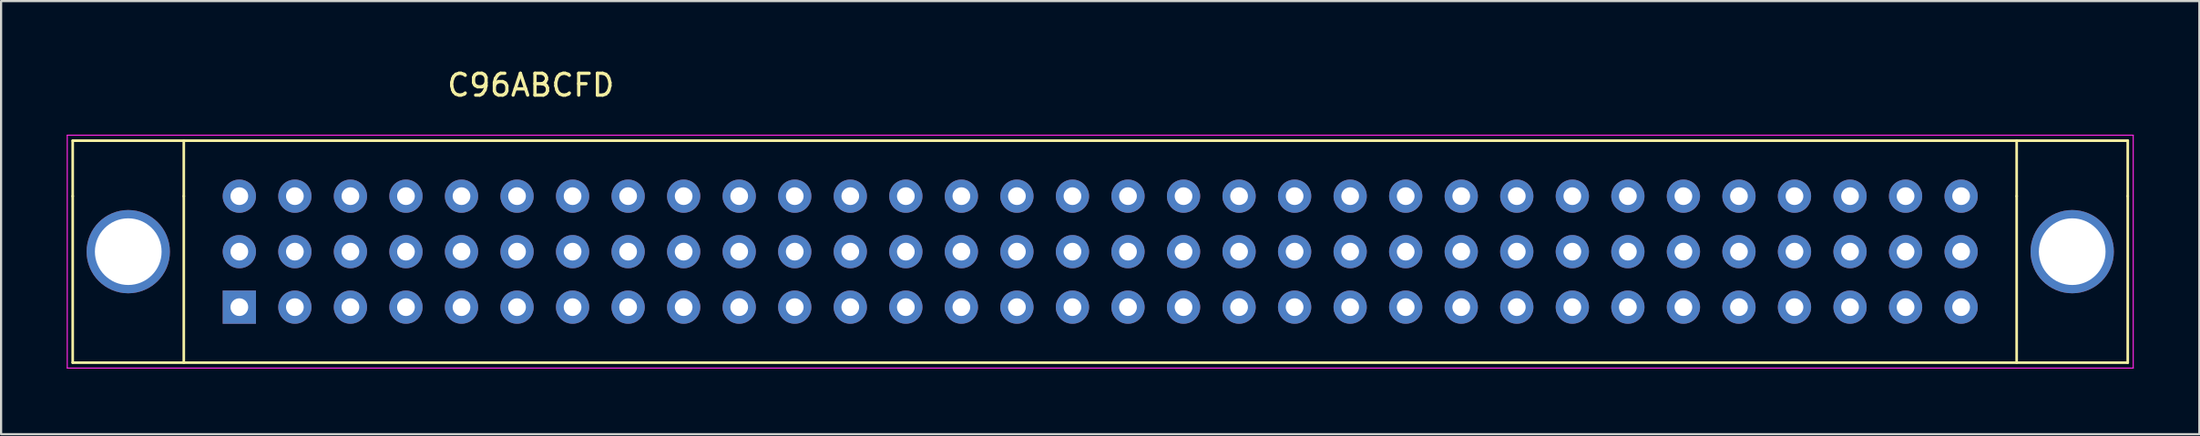
<source format=kicad_pcb>
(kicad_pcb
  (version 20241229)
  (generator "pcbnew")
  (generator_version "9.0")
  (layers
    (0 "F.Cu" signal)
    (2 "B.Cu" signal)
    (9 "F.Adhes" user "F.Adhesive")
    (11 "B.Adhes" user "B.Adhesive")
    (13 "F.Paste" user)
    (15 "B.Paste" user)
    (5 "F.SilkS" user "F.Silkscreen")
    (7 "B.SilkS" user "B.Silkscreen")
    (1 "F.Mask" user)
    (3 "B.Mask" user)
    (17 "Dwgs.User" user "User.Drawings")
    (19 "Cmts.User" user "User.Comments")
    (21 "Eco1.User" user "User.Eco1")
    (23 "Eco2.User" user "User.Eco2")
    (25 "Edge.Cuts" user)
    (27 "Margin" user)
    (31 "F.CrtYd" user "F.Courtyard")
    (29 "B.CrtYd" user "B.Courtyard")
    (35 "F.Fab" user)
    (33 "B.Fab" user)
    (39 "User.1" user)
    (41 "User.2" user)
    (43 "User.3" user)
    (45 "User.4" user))
  (footprint "C96ABCFD"
    (layer "F.Cu")
    (at 7.895 11.008)
    (property "Reference" "C96ABCFD" (at 13.33 -10.16 0) (layer "F.SilkS") (effects (font (size 1 1) (thickness 0.15))))
    (attr through_hole)
    (fp_line (start -7.62 -7.62) (end 86.36 -7.62) (stroke (width 0.12) (type solid)) (layer "F.SilkS"))
    (fp_line (start -7.62 -5.08) (end -7.62 -7.62) (stroke (width 0.12) (type solid)) (layer "F.SilkS"))
    (fp_line (start -7.62 -5.08) (end -7.62 2.54) (stroke (width 0.12) (type solid)) (layer "F.SilkS"))
    (fp_line (start -7.62 2.54) (end 86.36 2.54) (stroke (width 0.12) (type solid)) (layer "F.SilkS"))
    (fp_line (start -2.54 -5.08) (end -2.54 -7.62) (stroke (width 0.12) (type solid)) (layer "F.SilkS"))
    (fp_line (start -2.54 -5.08) (end -2.54 2.54) (stroke (width 0.12) (type solid)) (layer "F.SilkS"))
    (fp_line (start 81.28 -7.62) (end 81.28 -5.08) (stroke (width 0.12) (type solid)) (layer "F.SilkS"))
    (fp_line (start 81.28 -5.08) (end 81.28 2.54) (stroke (width 0.12) (type solid)) (layer "F.SilkS"))
    (fp_line (start 86.36 -7.62) (end 86.36 -5.08) (stroke (width 0.12) (type solid)) (layer "F.SilkS"))
    (fp_line (start 86.36 2.54) (end 86.36 -5.08) (stroke (width 0.12) (type solid)) (layer "F.SilkS"))
    (fp_line (start -7.87 -7.87) (end -7.87 2.79) (stroke (width 0.05) (type solid)) (layer "F.CrtYd"))
    (fp_line (start -7.87 -7.87) (end 86.61 -7.87) (stroke (width 0.05) (type solid)) (layer "F.CrtYd"))
    (fp_line (start 86.61 2.79) (end -7.87 2.79) (stroke (width 0.05) (type solid)) (layer "F.CrtYd"))
    (fp_line (start 86.61 2.79) (end 86.61 -7.87) (stroke (width 0.05) (type solid)) (layer "F.CrtYd"))
    (pad "65" thru_hole circle (at -5.08 -2.54) (size 3.81 3.81) (drill 3.05) (layers "*.Cu" "*.Mask"))
    (pad "66" thru_hole circle (at 83.82 -2.54) (size 3.81 3.81) (drill 3.05) (layers "*.Cu" "*.Mask"))
    (pad "A1" thru_hole rect (at 0 0) (size 1.52 1.52) (drill 0.81) (layers "*.Cu" "*.Mask"))
    (pad "A2" thru_hole circle (at 2.54 0) (size 1.52 1.52) (drill 0.81) (layers "*.Cu" "*.Mask"))
    (pad "A3" thru_hole circle (at 5.08 0) (size 1.52 1.52) (drill 0.81) (layers "*.Cu" "*.Mask"))
    (pad "A4" thru_hole circle (at 7.62 0) (size 1.52 1.52) (drill 0.81) (layers "*.Cu" "*.Mask"))
    (pad "A5" thru_hole circle (at 10.16 0) (size 1.52 1.52) (drill 0.81) (layers "*.Cu" "*.Mask"))
    (pad "A6" thru_hole circle (at 12.7 0) (size 1.52 1.52) (drill 0.81) (layers "*.Cu" "*.Mask"))
    (pad "A7" thru_hole circle (at 15.24 0) (size 1.52 1.52) (drill 0.81) (layers "*.Cu" "*.Mask"))
    (pad "A8" thru_hole circle (at 17.78 0) (size 1.52 1.52) (drill 0.81) (layers "*.Cu" "*.Mask"))
    (pad "A9" thru_hole circle (at 20.32 0) (size 1.52 1.52) (drill 0.81) (layers "*.Cu" "*.Mask"))
    (pad "A10" thru_hole circle (at 22.86 0) (size 1.52 1.52) (drill 0.81) (layers "*.Cu" "*.Mask"))
    (pad "A11" thru_hole circle (at 25.4 0) (size 1.52 1.52) (drill 0.81) (layers "*.Cu" "*.Mask"))
    (pad "A12" thru_hole circle (at 27.94 0) (size 1.52 1.52) (drill 0.81) (layers "*.Cu" "*.Mask"))
    (pad "A13" thru_hole circle (at 30.48 0) (size 1.52 1.52) (drill 0.81) (layers "*.Cu" "*.Mask"))
    (pad "A14" thru_hole circle (at 33.02 0) (size 1.52 1.52) (drill 0.81) (layers "*.Cu" "*.Mask"))
    (pad "A15" thru_hole circle (at 35.56 0) (size 1.52 1.52) (drill 0.81) (layers "*.Cu" "*.Mask"))
    (pad "A16" thru_hole circle (at 38.1 0) (size 1.52 1.52) (drill 0.81) (layers "*.Cu" "*.Mask"))
    (pad "A17" thru_hole circle (at 40.64 0) (size 1.52 1.52) (drill 0.81) (layers "*.Cu" "*.Mask"))
    (pad "A18" thru_hole circle (at 43.18 0) (size 1.52 1.52) (drill 0.81) (layers "*.Cu" "*.Mask"))
    (pad "A19" thru_hole circle (at 45.72 0) (size 1.52 1.52) (drill 0.81) (layers "*.Cu" "*.Mask"))
    (pad "A20" thru_hole circle (at 48.26 0) (size 1.52 1.52) (drill 0.81) (layers "*.Cu" "*.Mask"))
    (pad "A21" thru_hole circle (at 50.8 0) (size 1.52 1.52) (drill 0.81) (layers "*.Cu" "*.Mask"))
    (pad "A22" thru_hole circle (at 53.34 0) (size 1.52 1.52) (drill 0.81) (layers "*.Cu" "*.Mask"))
    (pad "A23" thru_hole circle (at 55.88 0) (size 1.52 1.52) (drill 0.81) (layers "*.Cu" "*.Mask"))
    (pad "A24" thru_hole circle (at 58.42 0) (size 1.52 1.52) (drill 0.81) (layers "*.Cu" "*.Mask"))
    (pad "A25" thru_hole circle (at 60.96 0) (size 1.52 1.52) (drill 0.81) (layers "*.Cu" "*.Mask"))
    (pad "A26" thru_hole circle (at 63.5 0) (size 1.52 1.52) (drill 0.81) (layers "*.Cu" "*.Mask"))
    (pad "A27" thru_hole circle (at 66.04 0) (size 1.52 1.52) (drill 0.81) (layers "*.Cu" "*.Mask"))
    (pad "A28" thru_hole circle (at 68.58 0) (size 1.52 1.52) (drill 0.81) (layers "*.Cu" "*.Mask"))
    (pad "A29" thru_hole circle (at 71.12 0) (size 1.52 1.52) (drill 0.81) (layers "*.Cu" "*.Mask"))
    (pad "A30" thru_hole circle (at 73.66 0) (size 1.52 1.52) (drill 0.81) (layers "*.Cu" "*.Mask"))
    (pad "A31" thru_hole circle (at 76.2 0) (size 1.52 1.52) (drill 0.81) (layers "*.Cu" "*.Mask"))
    (pad "A32" thru_hole circle (at 78.74 0) (size 1.52 1.52) (drill 0.81) (layers "*.Cu" "*.Mask"))
    (pad "B1" thru_hole circle (at 0 -2.54) (size 1.52 1.52) (drill 0.81) (layers "*.Cu" "*.Mask"))
    (pad "B2" thru_hole circle (at 2.54 -2.54) (size 1.52 1.52) (drill 0.81) (layers "*.Cu" "*.Mask"))
    (pad "B3" thru_hole circle (at 5.08 -2.54) (size 1.52 1.52) (drill 0.81) (layers "*.Cu" "*.Mask"))
    (pad "B4" thru_hole circle (at 7.62 -2.54) (size 1.52 1.52) (drill 0.81) (layers "*.Cu" "*.Mask"))
    (pad "B5" thru_hole circle (at 10.16 -2.54) (size 1.52 1.52) (drill 0.81) (layers "*.Cu" "*.Mask"))
    (pad "B6" thru_hole circle (at 12.7 -2.54) (size 1.52 1.52) (drill 0.81) (layers "*.Cu" "*.Mask"))
    (pad "B7" thru_hole circle (at 15.24 -2.54) (size 1.52 1.52) (drill 0.81) (layers "*.Cu" "*.Mask"))
    (pad "B8" thru_hole circle (at 17.78 -2.54) (size 1.52 1.52) (drill 0.81) (layers "*.Cu" "*.Mask"))
    (pad "B9" thru_hole circle (at 20.32 -2.54) (size 1.52 1.52) (drill 0.81) (layers "*.Cu" "*.Mask"))
    (pad "B10" thru_hole circle (at 22.86 -2.54) (size 1.52 1.52) (drill 0.81) (layers "*.Cu" "*.Mask"))
    (pad "B11" thru_hole circle (at 25.4 -2.54) (size 1.52 1.52) (drill 0.81) (layers "*.Cu" "*.Mask"))
    (pad "B12" thru_hole circle (at 27.94 -2.54) (size 1.52 1.52) (drill 0.81) (layers "*.Cu" "*.Mask"))
    (pad "B13" thru_hole circle (at 30.48 -2.54) (size 1.52 1.52) (drill 0.81) (layers "*.Cu" "*.Mask"))
    (pad "B14" thru_hole circle (at 33.02 -2.54) (size 1.52 1.52) (drill 0.81) (layers "*.Cu" "*.Mask"))
    (pad "B15" thru_hole circle (at 35.56 -2.54) (size 1.52 1.52) (drill 0.81) (layers "*.Cu" "*.Mask"))
    (pad "B16" thru_hole circle (at 38.1 -2.54) (size 1.52 1.52) (drill 0.81) (layers "*.Cu" "*.Mask"))
    (pad "B17" thru_hole circle (at 40.64 -2.54) (size 1.52 1.52) (drill 0.81) (layers "*.Cu" "*.Mask"))
    (pad "B18" thru_hole circle (at 43.18 -2.54) (size 1.52 1.52) (drill 0.81) (layers "*.Cu" "*.Mask"))
    (pad "B19" thru_hole circle (at 45.72 -2.54) (size 1.52 1.52) (drill 0.81) (layers "*.Cu" "*.Mask"))
    (pad "B20" thru_hole circle (at 48.26 -2.54) (size 1.52 1.52) (drill 0.81) (layers "*.Cu" "*.Mask"))
    (pad "B21" thru_hole circle (at 50.8 -2.54) (size 1.52 1.52) (drill 0.81) (layers "*.Cu" "*.Mask"))
    (pad "B22" thru_hole circle (at 53.34 -2.54) (size 1.52 1.52) (drill 0.81) (layers "*.Cu" "*.Mask"))
    (pad "B23" thru_hole circle (at 55.88 -2.54) (size 1.52 1.52) (drill 0.81) (layers "*.Cu" "*.Mask"))
    (pad "B24" thru_hole circle (at 58.42 -2.54) (size 1.52 1.52) (drill 0.81) (layers "*.Cu" "*.Mask"))
    (pad "B25" thru_hole circle (at 60.96 -2.54) (size 1.52 1.52) (drill 0.81) (layers "*.Cu" "*.Mask"))
    (pad "B26" thru_hole circle (at 63.5 -2.54) (size 1.52 1.52) (drill 0.81) (layers "*.Cu" "*.Mask"))
    (pad "B27" thru_hole circle (at 66.04 -2.54) (size 1.52 1.52) (drill 0.81) (layers "*.Cu" "*.Mask"))
    (pad "B28" thru_hole circle (at 68.58 -2.54) (size 1.52 1.52) (drill 0.81) (layers "*.Cu" "*.Mask"))
    (pad "B29" thru_hole circle (at 71.12 -2.54) (size 1.52 1.52) (drill 0.81) (layers "*.Cu" "*.Mask"))
    (pad "B30" thru_hole circle (at 73.66 -2.54) (size 1.52 1.52) (drill 0.81) (layers "*.Cu" "*.Mask"))
    (pad "B31" thru_hole circle (at 76.2 -2.54) (size 1.52 1.52) (drill 0.81) (layers "*.Cu" "*.Mask"))
    (pad "B32" thru_hole circle (at 78.74 -2.54) (size 1.52 1.52) (drill 0.81) (layers "*.Cu" "*.Mask"))
    (pad "C1" thru_hole circle (at 0 -5.08) (size 1.52 1.52) (drill 0.81) (layers "*.Cu" "*.Mask"))
    (pad "C2" thru_hole circle (at 2.54 -5.08) (size 1.52 1.52) (drill 0.81) (layers "*.Cu" "*.Mask"))
    (pad "C3" thru_hole circle (at 5.08 -5.08) (size 1.52 1.52) (drill 0.81) (layers "*.Cu" "*.Mask"))
    (pad "C4" thru_hole circle (at 7.62 -5.08) (size 1.52 1.52) (drill 0.81) (layers "*.Cu" "*.Mask"))
    (pad "C5" thru_hole circle (at 10.16 -5.08) (size 1.52 1.52) (drill 0.81) (layers "*.Cu" "*.Mask"))
    (pad "C6" thru_hole circle (at 12.7 -5.08) (size 1.52 1.52) (drill 0.81) (layers "*.Cu" "*.Mask"))
    (pad "C7" thru_hole circle (at 15.24 -5.08) (size 1.52 1.52) (drill 0.81) (layers "*.Cu" "*.Mask"))
    (pad "C8" thru_hole circle (at 17.78 -5.08) (size 1.52 1.52) (drill 0.81) (layers "*.Cu" "*.Mask"))
    (pad "C9" thru_hole circle (at 20.32 -5.08) (size 1.52 1.52) (drill 0.81) (layers "*.Cu" "*.Mask"))
    (pad "C10" thru_hole circle (at 22.86 -5.08) (size 1.52 1.52) (drill 0.81) (layers "*.Cu" "*.Mask"))
    (pad "C11" thru_hole circle (at 25.4 -5.08) (size 1.52 1.52) (drill 0.81) (layers "*.Cu" "*.Mask"))
    (pad "C12" thru_hole circle (at 27.94 -5.08) (size 1.52 1.52) (drill 0.81) (layers "*.Cu" "*.Mask"))
    (pad "C13" thru_hole circle (at 30.48 -5.08) (size 1.52 1.52) (drill 0.81) (layers "*.Cu" "*.Mask"))
    (pad "C14" thru_hole circle (at 33.02 -5.08) (size 1.52 1.52) (drill 0.81) (layers "*.Cu" "*.Mask"))
    (pad "C15" thru_hole circle (at 35.56 -5.08) (size 1.52 1.52) (drill 0.81) (layers "*.Cu" "*.Mask"))
    (pad "C16" thru_hole circle (at 38.1 -5.08) (size 1.52 1.52) (drill 0.81) (layers "*.Cu" "*.Mask"))
    (pad "C17" thru_hole circle (at 40.64 -5.08) (size 1.52 1.52) (drill 0.81) (layers "*.Cu" "*.Mask"))
    (pad "C18" thru_hole circle (at 43.18 -5.08) (size 1.52 1.52) (drill 0.81) (layers "*.Cu" "*.Mask"))
    (pad "C19" thru_hole circle (at 45.72 -5.08) (size 1.52 1.52) (drill 0.81) (layers "*.Cu" "*.Mask"))
    (pad "C20" thru_hole circle (at 48.26 -5.08) (size 1.52 1.52) (drill 0.81) (layers "*.Cu" "*.Mask"))
    (pad "C21" thru_hole circle (at 50.8 -5.08) (size 1.52 1.52) (drill 0.81) (layers "*.Cu" "*.Mask"))
    (pad "C22" thru_hole circle (at 53.34 -5.08) (size 1.52 1.52) (drill 0.81) (layers "*.Cu" "*.Mask"))
    (pad "C23" thru_hole circle (at 55.88 -5.08) (size 1.52 1.52) (drill 0.81) (layers "*.Cu" "*.Mask"))
    (pad "C24" thru_hole circle (at 58.42 -5.08) (size 1.52 1.52) (drill 0.81) (layers "*.Cu" "*.Mask"))
    (pad "C25" thru_hole circle (at 60.96 -5.08) (size 1.52 1.52) (drill 0.81) (layers "*.Cu" "*.Mask"))
    (pad "C26" thru_hole circle (at 63.5 -5.08) (size 1.52 1.52) (drill 0.81) (layers "*.Cu" "*.Mask"))
    (pad "C27" thru_hole circle (at 66.04 -5.08) (size 1.52 1.52) (drill 0.81) (layers "*.Cu" "*.Mask"))
    (pad "C28" thru_hole circle (at 68.58 -5.08) (size 1.52 1.52) (drill 0.81) (layers "*.Cu" "*.Mask"))
    (pad "C29" thru_hole circle (at 71.12 -5.08) (size 1.52 1.52) (drill 0.81) (layers "*.Cu" "*.Mask"))
    (pad "C30" thru_hole circle (at 73.66 -5.08) (size 1.52 1.52) (drill 0.81) (layers "*.Cu" "*.Mask"))
    (pad "C31" thru_hole circle (at 76.2 -5.08) (size 1.52 1.52) (drill 0.81) (layers "*.Cu" "*.Mask"))
    (pad "C32" thru_hole circle (at 78.74 -5.08) (size 1.52 1.52) (drill 0.81) (layers "*.Cu" "*.Mask")))
  (gr_rect
    (start -3 -3)
    (end 97.53 16.823)
    (stroke (width 0.1) (type default))
    (fill no)
    (layer "Edge.Cuts")))
</source>
